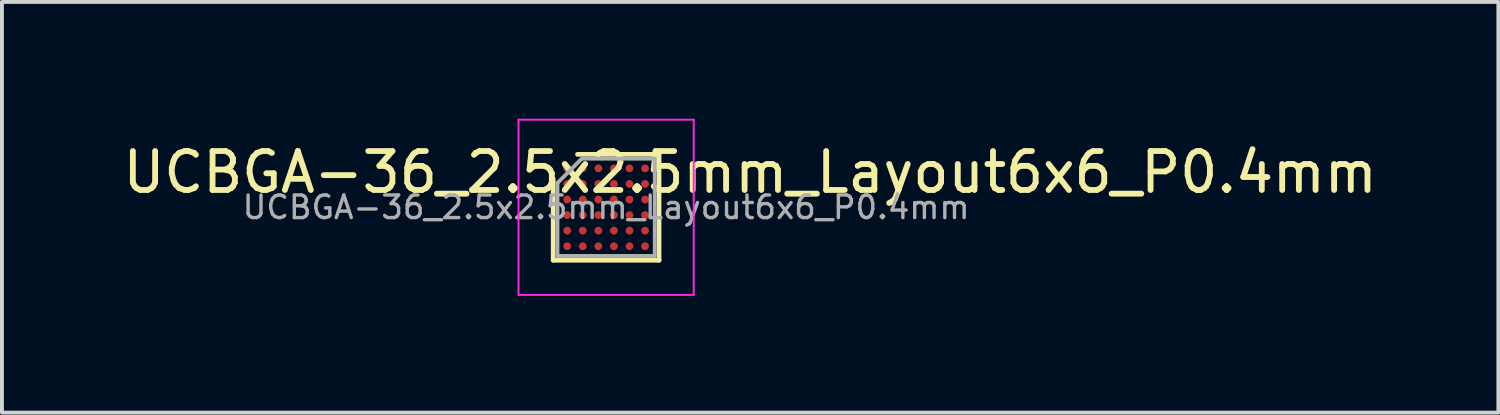
<source format=kicad_pcb>
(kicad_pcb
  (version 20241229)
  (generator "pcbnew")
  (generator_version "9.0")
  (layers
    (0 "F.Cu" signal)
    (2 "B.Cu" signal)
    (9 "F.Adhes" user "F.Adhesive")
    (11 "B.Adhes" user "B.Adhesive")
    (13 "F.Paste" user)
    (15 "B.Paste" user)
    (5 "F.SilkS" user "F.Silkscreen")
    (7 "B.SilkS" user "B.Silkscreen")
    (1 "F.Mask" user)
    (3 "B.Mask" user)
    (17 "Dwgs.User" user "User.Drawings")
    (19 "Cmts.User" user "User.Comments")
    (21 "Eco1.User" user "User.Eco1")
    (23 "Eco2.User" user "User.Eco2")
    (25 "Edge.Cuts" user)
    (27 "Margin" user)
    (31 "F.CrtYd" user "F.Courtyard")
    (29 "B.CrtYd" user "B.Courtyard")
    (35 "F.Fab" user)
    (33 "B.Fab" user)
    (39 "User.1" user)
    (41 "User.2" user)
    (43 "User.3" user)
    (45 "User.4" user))
  (footprint "UCBGA-36_2.5x2.5mm_Layout6x6_P0.4mm"
    (layer "F.Cu")
    (at 12.52 2.275)
    (property "Reference" "UCBGA-36_2.5x2.5mm_Layout6x6_P0.4mm" (at 3.7 -0.9 0) (unlocked yes) (layer "F.SilkS") (effects (font (size 1 1) (thickness 0.15))))
    (attr smd)
    (fp_line (start -1.36 1.36) (end -1.36 -0.735) (stroke (width 0.12) (type solid)) (layer "F.SilkS"))
    (fp_line (start -0.735 -1.36) (end 1.36 -1.36) (stroke (width 0.12) (type solid)) (layer "F.SilkS"))
    (fp_line (start 1.36 -1.36) (end 1.36 1.36) (stroke (width 0.12) (type solid)) (layer "F.SilkS"))
    (fp_line (start 1.36 1.36) (end -1.36 1.36) (stroke (width 0.12) (type solid)) (layer "F.SilkS"))
    (fp_line (start -2.25 -2.25) (end -2.25 2.25) (stroke (width 0.05) (type solid)) (layer "F.CrtYd"))
    (fp_line (start -2.25 2.25) (end 2.25 2.25) (stroke (width 0.05) (type solid)) (layer "F.CrtYd"))
    (fp_line (start 2.25 -2.25) (end -2.25 -2.25) (stroke (width 0.05) (type solid)) (layer "F.CrtYd"))
    (fp_line (start 2.25 2.25) (end 2.25 -2.25) (stroke (width 0.05) (type solid)) (layer "F.CrtYd"))
    (fp_line (start -1.25 -0.625) (end -0.625 -1.25) (stroke (width 0.1) (type solid)) (layer "F.Fab"))
    (fp_line (start -1.25 1.25) (end -1.25 -0.625) (stroke (width 0.1) (type solid)) (layer "F.Fab"))
    (fp_line (start -0.625 -1.25) (end 1.25 -1.25) (stroke (width 0.1) (type solid)) (layer "F.Fab"))
    (fp_line (start 1.25 -1.25) (end 1.25 1.25) (stroke (width 0.1) (type solid)) (layer "F.Fab"))
    (fp_line (start 1.25 1.25) (end -1.25 1.25) (stroke (width 0.1) (type solid)) (layer "F.Fab"))
    (fp_text user "${REFERENCE}" (at 0 0 0) (layer "F.Fab") (effects (font (size 0.58 0.58) (thickness 0.087))))
    (pad "A1" smd circle (at -1 -1) (size 0.2 0.2) (layers "F.Cu" "F.Paste"))
    (pad "A2" smd circle (at -0.6 -1) (size 0.2 0.2) (layers "F.Cu" "F.Paste"))
    (pad "A3" smd circle (at -0.2 -1) (size 0.2 0.2) (layers "F.Cu" "F.Paste"))
    (pad "A4" smd circle (at 0.2 -1) (size 0.2 0.2) (layers "F.Cu" "F.Paste"))
    (pad "A5" smd circle (at 0.6 -1) (size 0.2 0.2) (layers "F.Cu" "F.Paste"))
    (pad "A6" smd circle (at 1 -1) (size 0.2 0.2) (layers "F.Cu" "F.Paste"))
    (pad "B1" smd circle (at -1 -0.6) (size 0.2 0.2) (layers "F.Cu" "F.Paste"))
    (pad "B2" smd circle (at -0.6 -0.6) (size 0.2 0.2) (layers "F.Cu" "F.Paste"))
    (pad "B3" smd circle (at -0.2 -0.6) (size 0.2 0.2) (layers "F.Cu" "F.Paste"))
    (pad "B4" smd circle (at 0.2 -0.6) (size 0.2 0.2) (layers "F.Cu" "F.Paste"))
    (pad "B5" smd circle (at 0.6 -0.6) (size 0.2 0.2) (layers "F.Cu" "F.Paste"))
    (pad "B6" smd circle (at 1 -0.6) (size 0.2 0.2) (layers "F.Cu" "F.Paste"))
    (pad "C1" smd circle (at -1 -0.2) (size 0.2 0.2) (layers "F.Cu" "F.Paste"))
    (pad "C2" smd circle (at -0.6 -0.2) (size 0.2 0.2) (layers "F.Cu" "F.Paste"))
    (pad "C3" smd circle (at -0.2 -0.2) (size 0.2 0.2) (layers "F.Cu" "F.Paste"))
    (pad "C4" smd circle (at 0.2 -0.2) (size 0.2 0.2) (layers "F.Cu" "F.Paste"))
    (pad "C5" smd circle (at 0.6 -0.2) (size 0.2 0.2) (layers "F.Cu" "F.Paste"))
    (pad "C6" smd circle (at 1 -0.2) (size 0.2 0.2) (layers "F.Cu" "F.Paste"))
    (pad "D1" smd circle (at -1 0.2) (size 0.2 0.2) (layers "F.Cu" "F.Paste"))
    (pad "D2" smd circle (at -0.6 0.2) (size 0.2 0.2) (layers "F.Cu" "F.Paste"))
    (pad "D3" smd circle (at -0.2 0.2) (size 0.2 0.2) (layers "F.Cu" "F.Paste"))
    (pad "D4" smd circle (at 0.2 0.2) (size 0.2 0.2) (layers "F.Cu" "F.Paste"))
    (pad "D5" smd circle (at 0.6 0.2) (size 0.2 0.2) (layers "F.Cu" "F.Paste"))
    (pad "D6" smd circle (at 1 0.2) (size 0.2 0.2) (layers "F.Cu" "F.Paste"))
    (pad "E1" smd circle (at -1 0.6) (size 0.2 0.2) (layers "F.Cu" "F.Paste"))
    (pad "E2" smd circle (at -0.6 0.6) (size 0.2 0.2) (layers "F.Cu" "F.Paste"))
    (pad "E3" smd circle (at -0.2 0.6) (size 0.2 0.2) (layers "F.Cu" "F.Paste"))
    (pad "E4" smd circle (at 0.2 0.6) (size 0.2 0.2) (layers "F.Cu" "F.Paste"))
    (pad "E5" smd circle (at 0.6 0.6) (size 0.2 0.2) (layers "F.Cu" "F.Paste"))
    (pad "E6" smd circle (at 1 0.6) (size 0.2 0.2) (layers "F.Cu" "F.Paste"))
    (pad "F1" smd circle (at -1 1) (size 0.2 0.2) (layers "F.Cu" "F.Paste"))
    (pad "F2" smd circle (at -0.6 1) (size 0.2 0.2) (layers "F.Cu" "F.Paste"))
    (pad "F3" smd circle (at -0.2 1) (size 0.2 0.2) (layers "F.Cu" "F.Paste"))
    (pad "F4" smd circle (at 0.2 1) (size 0.2 0.2) (layers "F.Cu" "F.Paste"))
    (pad "F5" smd circle (at 0.6 1) (size 0.2 0.2) (layers "F.Cu" "F.Paste"))
    (pad "F6" smd circle (at 1 1) (size 0.2 0.2) (layers "F.Cu" "F.Paste")))
  (gr_rect
    (start -3 -3)
    (end 35.44 7.55)
    (stroke (width 0.1) (type default))
    (fill no)
    (layer "Edge.Cuts")))
</source>
